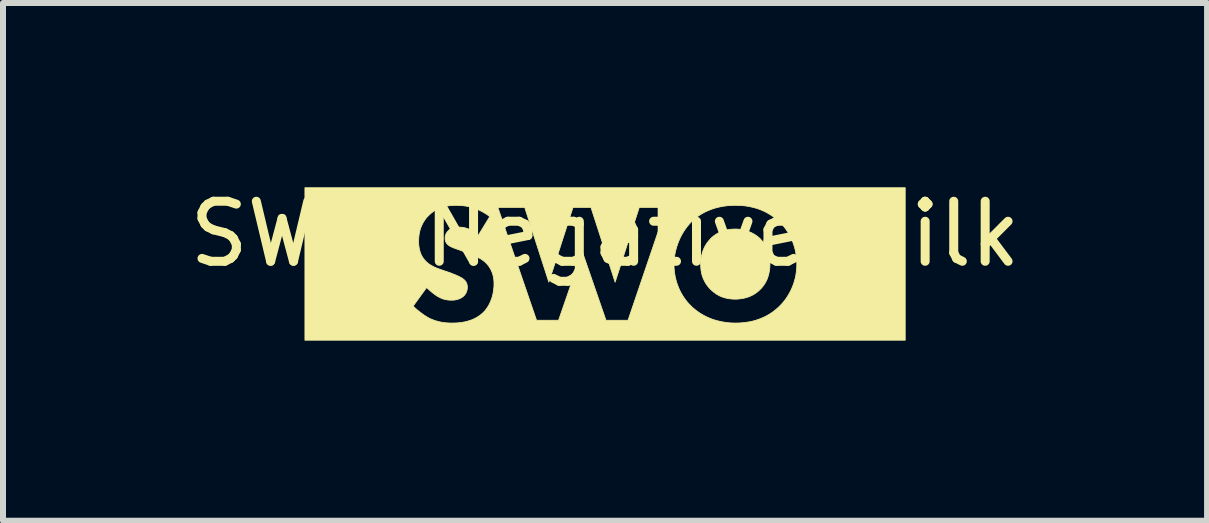
<source format=kicad_pcb>
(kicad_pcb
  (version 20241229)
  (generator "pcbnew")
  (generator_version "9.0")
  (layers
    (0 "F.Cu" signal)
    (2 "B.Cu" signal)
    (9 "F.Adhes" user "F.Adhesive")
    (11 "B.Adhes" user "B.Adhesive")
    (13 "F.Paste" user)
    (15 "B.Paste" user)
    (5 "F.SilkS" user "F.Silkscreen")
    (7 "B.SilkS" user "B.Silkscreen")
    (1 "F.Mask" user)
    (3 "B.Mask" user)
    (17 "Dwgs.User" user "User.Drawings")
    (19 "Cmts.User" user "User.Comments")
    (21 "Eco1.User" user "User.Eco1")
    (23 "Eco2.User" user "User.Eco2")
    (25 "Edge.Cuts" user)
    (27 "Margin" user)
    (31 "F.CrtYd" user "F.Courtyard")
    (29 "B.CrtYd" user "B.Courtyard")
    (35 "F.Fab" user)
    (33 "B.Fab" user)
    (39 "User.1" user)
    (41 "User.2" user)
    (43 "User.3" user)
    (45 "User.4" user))
  (footprint "SWO_Negative_Silk"
    (layer "F.Cu")
    (at 7.03 1.348)
    (property "Reference" "SWO_Negative_Silk" (at 0 -0.5 0) (unlocked yes) (layer "F.SilkS") (effects (font (size 1 1) (thickness 0.15))))
    (fp_poly (pts (xy 2.201 -0.581) (xy 2.232 -0.579) (xy 2.263 -0.575) (xy 2.294 -0.57) (xy 2.323 -0.563) (xy 2.352 -0.555) (xy 2.38 -0.546) (xy 2.407 -0.535) (xy 2.433 -0.524) (xy 2.458 -0.511) (xy 2.482 -0.498) (xy 2.505 -0.484) (xy 2.527 -0.469) (xy 2.548 -0.453) (xy 2.567 -0.437) (xy 2.585 -0.42) (xy 2.6 -0.403) (xy 2.616 -0.385) (xy 2.631 -0.366) (xy 2.646 -0.345) (xy 2.66 -0.323) (xy 2.673 -0.3) (xy 2.686 -0.275) (xy 2.698 -0.249) (xy 2.708 -0.222) (xy 2.718 -0.193) (xy 2.726 -0.164) (xy 2.734 -0.133) (xy 2.739 -0.1) (xy 2.743 -0.067) (xy 2.746 -0.032) (xy 2.747 0.004) (xy 2.747 0.023) (xy 2.746 0.043) (xy 2.745 0.062) (xy 2.743 0.08) (xy 2.741 0.099) (xy 2.738 0.116) (xy 2.735 0.133) (xy 2.732 0.15) (xy 2.728 0.166) (xy 2.724 0.182) (xy 2.72 0.197) (xy 2.715 0.212) (xy 2.705 0.241) (xy 2.694 0.268) (xy 2.681 0.293) (xy 2.669 0.316) (xy 2.655 0.338) (xy 2.641 0.358) (xy 2.627 0.377) (xy 2.613 0.394) (xy 2.599 0.409) (xy 2.585 0.423) (xy 2.568 0.44) (xy 2.549 0.457) (xy 2.53 0.472) (xy 2.509 0.487) (xy 2.487 0.502) (xy 2.464 0.515) (xy 2.44 0.527) (xy 2.415 0.539) (xy 2.388 0.549) (xy 2.361 0.558) (xy 2.332 0.566) (xy 2.301 0.573) (xy 2.27 0.578) (xy 2.237 0.582) (xy 2.204 0.585) (xy 2.168 0.586) (xy 2.141 0.585) (xy 2.115 0.584) (xy 2.088 0.581) (xy 2.061 0.578) (xy 2.035 0.573) (xy 2.009 0.567) (xy 1.984 0.56) (xy 1.958 0.552) (xy 1.933 0.542) (xy 1.908 0.531) (xy 1.884 0.518) (xy 1.859 0.504) (xy 1.836 0.488) (xy 1.812 0.47) (xy 1.789 0.451) (xy 1.766 0.43) (xy 1.745 0.409) (xy 1.725 0.387) (xy 1.707 0.364) (xy 1.69 0.341) (xy 1.675 0.317) (xy 1.66 0.292) (xy 1.648 0.267) (xy 1.636 0.241) (xy 1.626 0.215) (xy 1.617 0.187) (xy 1.61 0.159) (xy 1.604 0.13) (xy 1.599 0.101) (xy 1.596 0.07) (xy 1.594 0.039) (xy 1.593 0.007) (xy 1.594 -0.012) (xy 1.594 -0.031) (xy 1.596 -0.05) (xy 1.597 -0.068) (xy 1.599 -0.086) (xy 1.602 -0.103) (xy 1.605 -0.12) (xy 1.608 -0.137) (xy 1.616 -0.169) (xy 1.624 -0.199) (xy 1.635 -0.228) (xy 1.646 -0.255) (xy 1.658 -0.281) (xy 1.671 -0.306) (xy 1.685 -0.328) (xy 1.699 -0.35) (xy 1.714 -0.369) (xy 1.729 -0.388) (xy 1.744 -0.405) (xy 1.759 -0.42) (xy 1.756 -0.42) (xy 1.775 -0.438) (xy 1.796 -0.456) (xy 1.817 -0.473) (xy 1.839 -0.488) (xy 1.862 -0.503) (xy 1.886 -0.516) (xy 1.91 -0.528) (xy 1.936 -0.539) (xy 1.962 -0.549) (xy 1.989 -0.558) (xy 2.017 -0.565) (xy 2.045 -0.571) (xy 2.075 -0.576) (xy 2.105 -0.579) (xy 2.136 -0.581) (xy 2.168 -0.582)) (stroke (width 0.013) (type solid)) (fill yes) (layer "F.SilkS"))
    (fp_poly (pts (xy 5.001 1.27) (xy -5 1.27) (xy -5 0.702) (xy -3.197 0.702) (xy -3.169 0.729) (xy -3.138 0.757) (xy -3.104 0.785) (xy -3.069 0.812) (xy -3.032 0.839) (xy -3.014 0.852) (xy -2.995 0.864) (xy -2.977 0.875) (xy -2.958 0.887) (xy -2.94 0.897) (xy -2.922 0.907) (xy -2.9 0.917) (xy -2.877 0.926) (xy -2.855 0.935) (xy -2.832 0.943) (xy -2.809 0.95) (xy -2.786 0.956) (xy -2.764 0.962) (xy -2.74 0.967) (xy -2.717 0.971) (xy -2.694 0.975) (xy -2.67 0.978) (xy -2.646 0.98) (xy -2.622 0.982) (xy -2.598 0.983) (xy -2.573 0.984) (xy -2.548 0.984) (xy -2.497 0.983) (xy -2.467 0.982) (xy -2.436 0.979) (xy -2.403 0.976) (xy -2.369 0.97) (xy -2.334 0.964) (xy -2.298 0.955) (xy -2.261 0.944) (xy -2.224 0.932) (xy -2.188 0.916) (xy -2.151 0.898) (xy -2.116 0.877) (xy -2.098 0.865) (xy -2.081 0.853) (xy -2.064 0.839) (xy -2.047 0.825) (xy -2.031 0.81) (xy -2.015 0.794) (xy -1.997 0.774) (xy -1.98 0.752) (xy -1.964 0.729) (xy -1.948 0.705) (xy -1.933 0.679) (xy -1.92 0.653) (xy -1.907 0.625) (xy -1.896 0.595) (xy -1.885 0.565) (xy -1.876 0.534) (xy -1.868 0.501) (xy -1.862 0.468) (xy -1.857 0.434) (xy -1.853 0.4) (xy -1.85 0.364) (xy -1.85 0.328) (xy -1.85 0.307) (xy -1.851 0.286) (xy -1.853 0.264) (xy -1.856 0.242) (xy -1.86 0.22) (xy -1.864 0.197) (xy -1.87 0.175) (xy -1.877 0.152) (xy -1.886 0.13) (xy -1.896 0.107) (xy -1.907 0.085) (xy -1.92 0.063) (xy -1.934 0.041) (xy -1.95 0.02) (xy -1.968 -0.001) (xy -1.987 -0.021) (xy -2.001 -0.034) (xy -2.016 -0.046) (xy -2.032 -0.058) (xy -2.047 -0.069) (xy -2.063 -0.08) (xy -2.08 -0.09) (xy -2.097 -0.099) (xy -2.113 -0.108) (xy -2.13 -0.117) (xy -2.147 -0.125) (xy -2.181 -0.14) (xy -2.213 -0.153) (xy -2.245 -0.166) (xy -2.386 -0.219) (xy -2.47 -0.249) (xy -2.504 -0.261) (xy -2.52 -0.267) (xy -2.535 -0.273) (xy -2.548 -0.279) (xy -2.561 -0.285) (xy -2.573 -0.29) (xy -2.584 -0.297) (xy -2.594 -0.303) (xy -2.604 -0.31) (xy -2.613 -0.317) (xy -2.622 -0.325) (xy -2.627 -0.33) (xy -2.632 -0.335) (xy -2.637 -0.341) (xy -2.641 -0.347) (xy -2.645 -0.352) (xy -2.648 -0.358) (xy -2.651 -0.365) (xy -2.654 -0.371) (xy -2.657 -0.377) (xy -2.659 -0.384) (xy -2.66 -0.391) (xy -2.662 -0.398) (xy -2.663 -0.406) (xy -2.664 -0.414) (xy -2.664 -0.422) (xy -2.665 -0.43) (xy -2.664 -0.44) (xy -2.664 -0.449) (xy -2.662 -0.457) (xy -2.661 -0.466) (xy -2.659 -0.474) (xy -2.656 -0.483) (xy -2.654 -0.491) (xy -2.651 -0.498) (xy -2.647 -0.506) (xy -2.643 -0.513) (xy -2.639 -0.52) (xy -2.635 -0.527) (xy -2.63 -0.533) (xy -2.625 -0.539) (xy -2.62 -0.545) (xy -2.615 -0.55) (xy -2.611 -0.555) (xy -2.606 -0.56) (xy -2.601 -0.565) (xy -2.596 -0.569) (xy -2.585 -0.577) (xy -2.574 -0.584) (xy -2.563 -0.59) (xy -2.551 -0.595) (xy -2.539 -0.6) (xy -2.527 -0.603) (xy -2.515 -0.606) (xy -2.503 -0.609) (xy -2.491 -0.61) (xy -2.479 -0.612) (xy -2.467 -0.613) (xy -2.455 -0.613) (xy -2.432 -0.614) (xy -2.408 -0.613) (xy -2.394 -0.612) (xy -2.378 -0.611) (xy -2.362 -0.608) (xy -2.344 -0.605) (xy -2.325 -0.6) (xy -2.305 -0.594) (xy -2.284 -0.587) (xy -2.262 -0.578) (xy -2.239 -0.567) (xy -2.215 -0.554) (xy -2.191 -0.539) (xy -2.166 -0.522) (xy -2.14 -0.502) (xy -2.114 -0.48) (xy -2.114 -0.473) (xy -1.92 -0.79) (xy -1.961 -0.82) (xy -2.002 -0.846) (xy -2.042 -0.869) (xy -2.081 -0.889) (xy -2.12 -0.907) (xy -2.158 -0.922) (xy -2.196 -0.935) (xy -2.219 -0.942) (xy -1.786 -0.942) (xy -1.141 0.938) (xy -0.774 0.938) (xy -0.379 -0.205) (xy 0.016 0.938) (xy 0.383 0.938) (xy 0.698 0.011) (xy 1.149 0.011) (xy 1.15 0.062) (xy 1.154 0.113) (xy 1.161 0.163) (xy 1.169 0.212) (xy 1.181 0.26) (xy 1.194 0.308) (xy 1.21 0.354) (xy 1.228 0.4) (xy 1.248 0.444) (xy 1.27 0.486) (xy 1.294 0.527) (xy 1.32 0.567) (xy 1.348 0.605) (xy 1.377 0.642) (xy 1.409 0.676) (xy 1.442 0.709) (xy 1.469 0.734) (xy 1.499 0.759) (xy 1.532 0.784) (xy 1.566 0.809) (xy 1.603 0.832) (xy 1.643 0.855) (xy 1.685 0.877) (xy 1.729 0.897) (xy 1.776 0.916) (xy 1.826 0.933) (xy 1.877 0.947) (xy 1.932 0.96) (xy 1.989 0.97) (xy 2.048 0.978) (xy 2.111 0.983) (xy 2.175 0.984) (xy 2.233 0.983) (xy 2.29 0.979) (xy 2.344 0.973) (xy 2.397 0.965) (xy 2.448 0.955) (xy 2.497 0.942) (xy 2.544 0.927) (xy 2.59 0.91) (xy 2.635 0.891) (xy 2.678 0.871) (xy 2.719 0.848) (xy 2.758 0.824) (xy 2.797 0.797) (xy 2.833 0.77) (xy 2.868 0.74) (xy 2.902 0.709) (xy 2.939 0.671) (xy 2.973 0.632) (xy 3.004 0.592) (xy 3.033 0.551) (xy 3.059 0.508) (xy 3.083 0.465) (xy 3.105 0.421) (xy 3.124 0.376) (xy 3.141 0.331) (xy 3.155 0.285) (xy 3.168 0.238) (xy 3.178 0.192) (xy 3.185 0.145) (xy 3.191 0.098) (xy 3.194 0.051) (xy 3.195 0.004) (xy 3.194 -0.051) (xy 3.19 -0.104) (xy 3.183 -0.156) (xy 3.174 -0.207) (xy 3.163 -0.257) (xy 3.149 -0.305) (xy 3.133 -0.352) (xy 3.115 -0.398) (xy 3.095 -0.442) (xy 3.072 -0.485) (xy 3.048 -0.526) (xy 3.022 -0.566) (xy 2.995 -0.604) (xy 2.965 -0.641) (xy 2.935 -0.676) (xy 2.902 -0.709) (xy 2.902 -0.702) (xy 2.866 -0.735) (xy 2.829 -0.767) (xy 2.791 -0.796) (xy 2.751 -0.822) (xy 2.71 -0.847) (xy 2.667 -0.87) (xy 2.624 -0.89) (xy 2.579 -0.908) (xy 2.532 -0.925) (xy 2.485 -0.938) (xy 2.436 -0.95) (xy 2.386 -0.96) (xy 2.335 -0.968) (xy 2.283 -0.973) (xy 2.23 -0.976) (xy 2.175 -0.977) (xy 2.141 -0.977) (xy 2.106 -0.975) (xy 2.073 -0.973) (xy 2.041 -0.971) (xy 2.009 -0.967) (xy 1.978 -0.963) (xy 1.948 -0.958) (xy 1.919 -0.952) (xy 1.89 -0.946) (xy 1.863 -0.939) (xy 1.836 -0.932) (xy 1.81 -0.924) (xy 1.76 -0.906) (xy 1.713 -0.887) (xy 1.669 -0.867) (xy 1.628 -0.845) (xy 1.589 -0.822) (xy 1.554 -0.799) (xy 1.521 -0.775) (xy 1.491 -0.75) (xy 1.463 -0.726) (xy 1.438 -0.702) (xy 1.407 -0.669) (xy 1.377 -0.634) (xy 1.349 -0.597) (xy 1.322 -0.558) (xy 1.296 -0.517) (xy 1.272 -0.475) (xy 1.25 -0.431) (xy 1.23 -0.385) (xy 1.212 -0.339) (xy 1.196 -0.291) (xy 1.182 -0.243) (xy 1.17 -0.193) (xy 1.161 -0.143) (xy 1.154 -0.092) (xy 1.15 -0.041) (xy 1.149 0.011) (xy 0.698 0.011) (xy 1.022 -0.942) (xy 0.57 -0.942) (xy 0.168 0.303) (xy -0.234 -0.942) (xy -0.534 -0.942) (xy -0.936 0.303) (xy -1.338 -0.942) (xy -1.786 -0.942) (xy -2.219 -0.942) (xy -2.232 -0.946) (xy -2.267 -0.955) (xy -2.302 -0.962) (xy -2.335 -0.967) (xy -2.366 -0.971) (xy -2.396 -0.974) (xy -2.425 -0.976) (xy -2.478 -0.977) (xy -2.51 -0.977) (xy -2.543 -0.975) (xy -2.575 -0.973) (xy -2.606 -0.969) (xy -2.637 -0.964) (xy -2.667 -0.958) (xy -2.697 -0.95) (xy -2.726 -0.941) (xy -2.755 -0.93) (xy -2.784 -0.918) (xy -2.811 -0.904) (xy -2.839 -0.888) (xy -2.866 -0.87) (xy -2.892 -0.85) (xy -2.918 -0.828) (xy -2.943 -0.804) (xy -2.964 -0.782) (xy -2.983 -0.76) (xy -3 -0.736) (xy -3.016 -0.712) (xy -3.031 -0.688) (xy -3.044 -0.663) (xy -3.056 -0.637) (xy -3.067 -0.611) (xy -3.076 -0.584) (xy -3.084 -0.557) (xy -3.091 -0.529) (xy -3.096 -0.501) (xy -3.1 -0.472) (xy -3.103 -0.442) (xy -3.105 -0.412) (xy -3.106 -0.381) (xy -3.105 -0.345) (xy -3.104 -0.325) (xy -3.102 -0.305) (xy -3.099 -0.285) (xy -3.096 -0.264) (xy -3.092 -0.243) (xy -3.086 -0.221) (xy -3.08 -0.199) (xy -3.072 -0.177) (xy -3.063 -0.156) (xy -3.052 -0.134) (xy -3.04 -0.113) (xy -3.026 -0.093) (xy -3.01 -0.072) (xy -3.002 -0.063) (xy -2.993 -0.053) (xy -2.979 -0.039) (xy -2.965 -0.026) (xy -2.95 -0.013) (xy -2.935 -0.001) (xy -2.919 0.009) (xy -2.902 0.02) (xy -2.886 0.029) (xy -2.869 0.038) (xy -2.852 0.047) (xy -2.834 0.055) (xy -2.8 0.07) (xy -2.765 0.083) (xy -2.732 0.095) (xy -2.576 0.148) (xy -2.527 0.168) (xy -2.497 0.18) (xy -2.466 0.193) (xy -2.435 0.207) (xy -2.42 0.215) (xy -2.405 0.223) (xy -2.392 0.23) (xy -2.379 0.238) (xy -2.368 0.246) (xy -2.358 0.254) (xy -2.351 0.26) (xy -2.344 0.266) (xy -2.337 0.273) (xy -2.331 0.279) (xy -2.326 0.286) (xy -2.321 0.294) (xy -2.316 0.301) (xy -2.311 0.309) (xy -2.307 0.317) (xy -2.304 0.326) (xy -2.301 0.335) (xy -2.299 0.345) (xy -2.297 0.355) (xy -2.295 0.365) (xy -2.294 0.376) (xy -2.294 0.388) (xy -2.294 0.395) (xy -2.295 0.401) (xy -2.295 0.407) (xy -2.296 0.414) (xy -2.296 0.42) (xy -2.297 0.426) (xy -2.298 0.431) (xy -2.3 0.437) (xy -2.301 0.443) (xy -2.303 0.448) (xy -2.306 0.459) (xy -2.31 0.469) (xy -2.314 0.478) (xy -2.319 0.488) (xy -2.325 0.496) (xy -2.33 0.505) (xy -2.336 0.513) (xy -2.342 0.52) (xy -2.348 0.527) (xy -2.355 0.534) (xy -2.361 0.54) (xy -2.373 0.549) (xy -2.386 0.558) (xy -2.398 0.565) (xy -2.411 0.572) (xy -2.424 0.578) (xy -2.437 0.583) (xy -2.45 0.588) (xy -2.463 0.591) (xy -2.475 0.595) (xy -2.488 0.597) (xy -2.501 0.599) (xy -2.513 0.601) (xy -2.525 0.602) (xy -2.537 0.603) (xy -2.548 0.603) (xy -2.559 0.603) (xy -2.575 0.603) (xy -2.591 0.602) (xy -2.607 0.601) (xy -2.622 0.599) (xy -2.638 0.597) (xy -2.653 0.594) (xy -2.668 0.591) (xy -2.682 0.587) (xy -2.697 0.583) (xy -2.711 0.578) (xy -2.725 0.572) (xy -2.739 0.566) (xy -2.753 0.559) (xy -2.767 0.552) (xy -2.781 0.545) (xy -2.795 0.536) (xy -2.805 0.53) (xy -2.816 0.523) (xy -2.827 0.515) (xy -2.838 0.507) (xy -2.861 0.49) (xy -2.885 0.471) (xy -2.908 0.451) (xy -2.931 0.431) (xy -2.952 0.411) (xy -2.972 0.392) (xy -3.197 0.702) (xy -5 0.702) (xy -5 -1.27) (xy 5.001 -1.27)) (stroke (width 0.013) (type solid)) (fill yes) (layer "F.SilkS")))
  (gr_rect
    (start -3 -3)
    (end 17.06 5.625)
    (stroke (width 0.1) (type default))
    (fill no)
    (layer "Edge.Cuts")))
</source>
